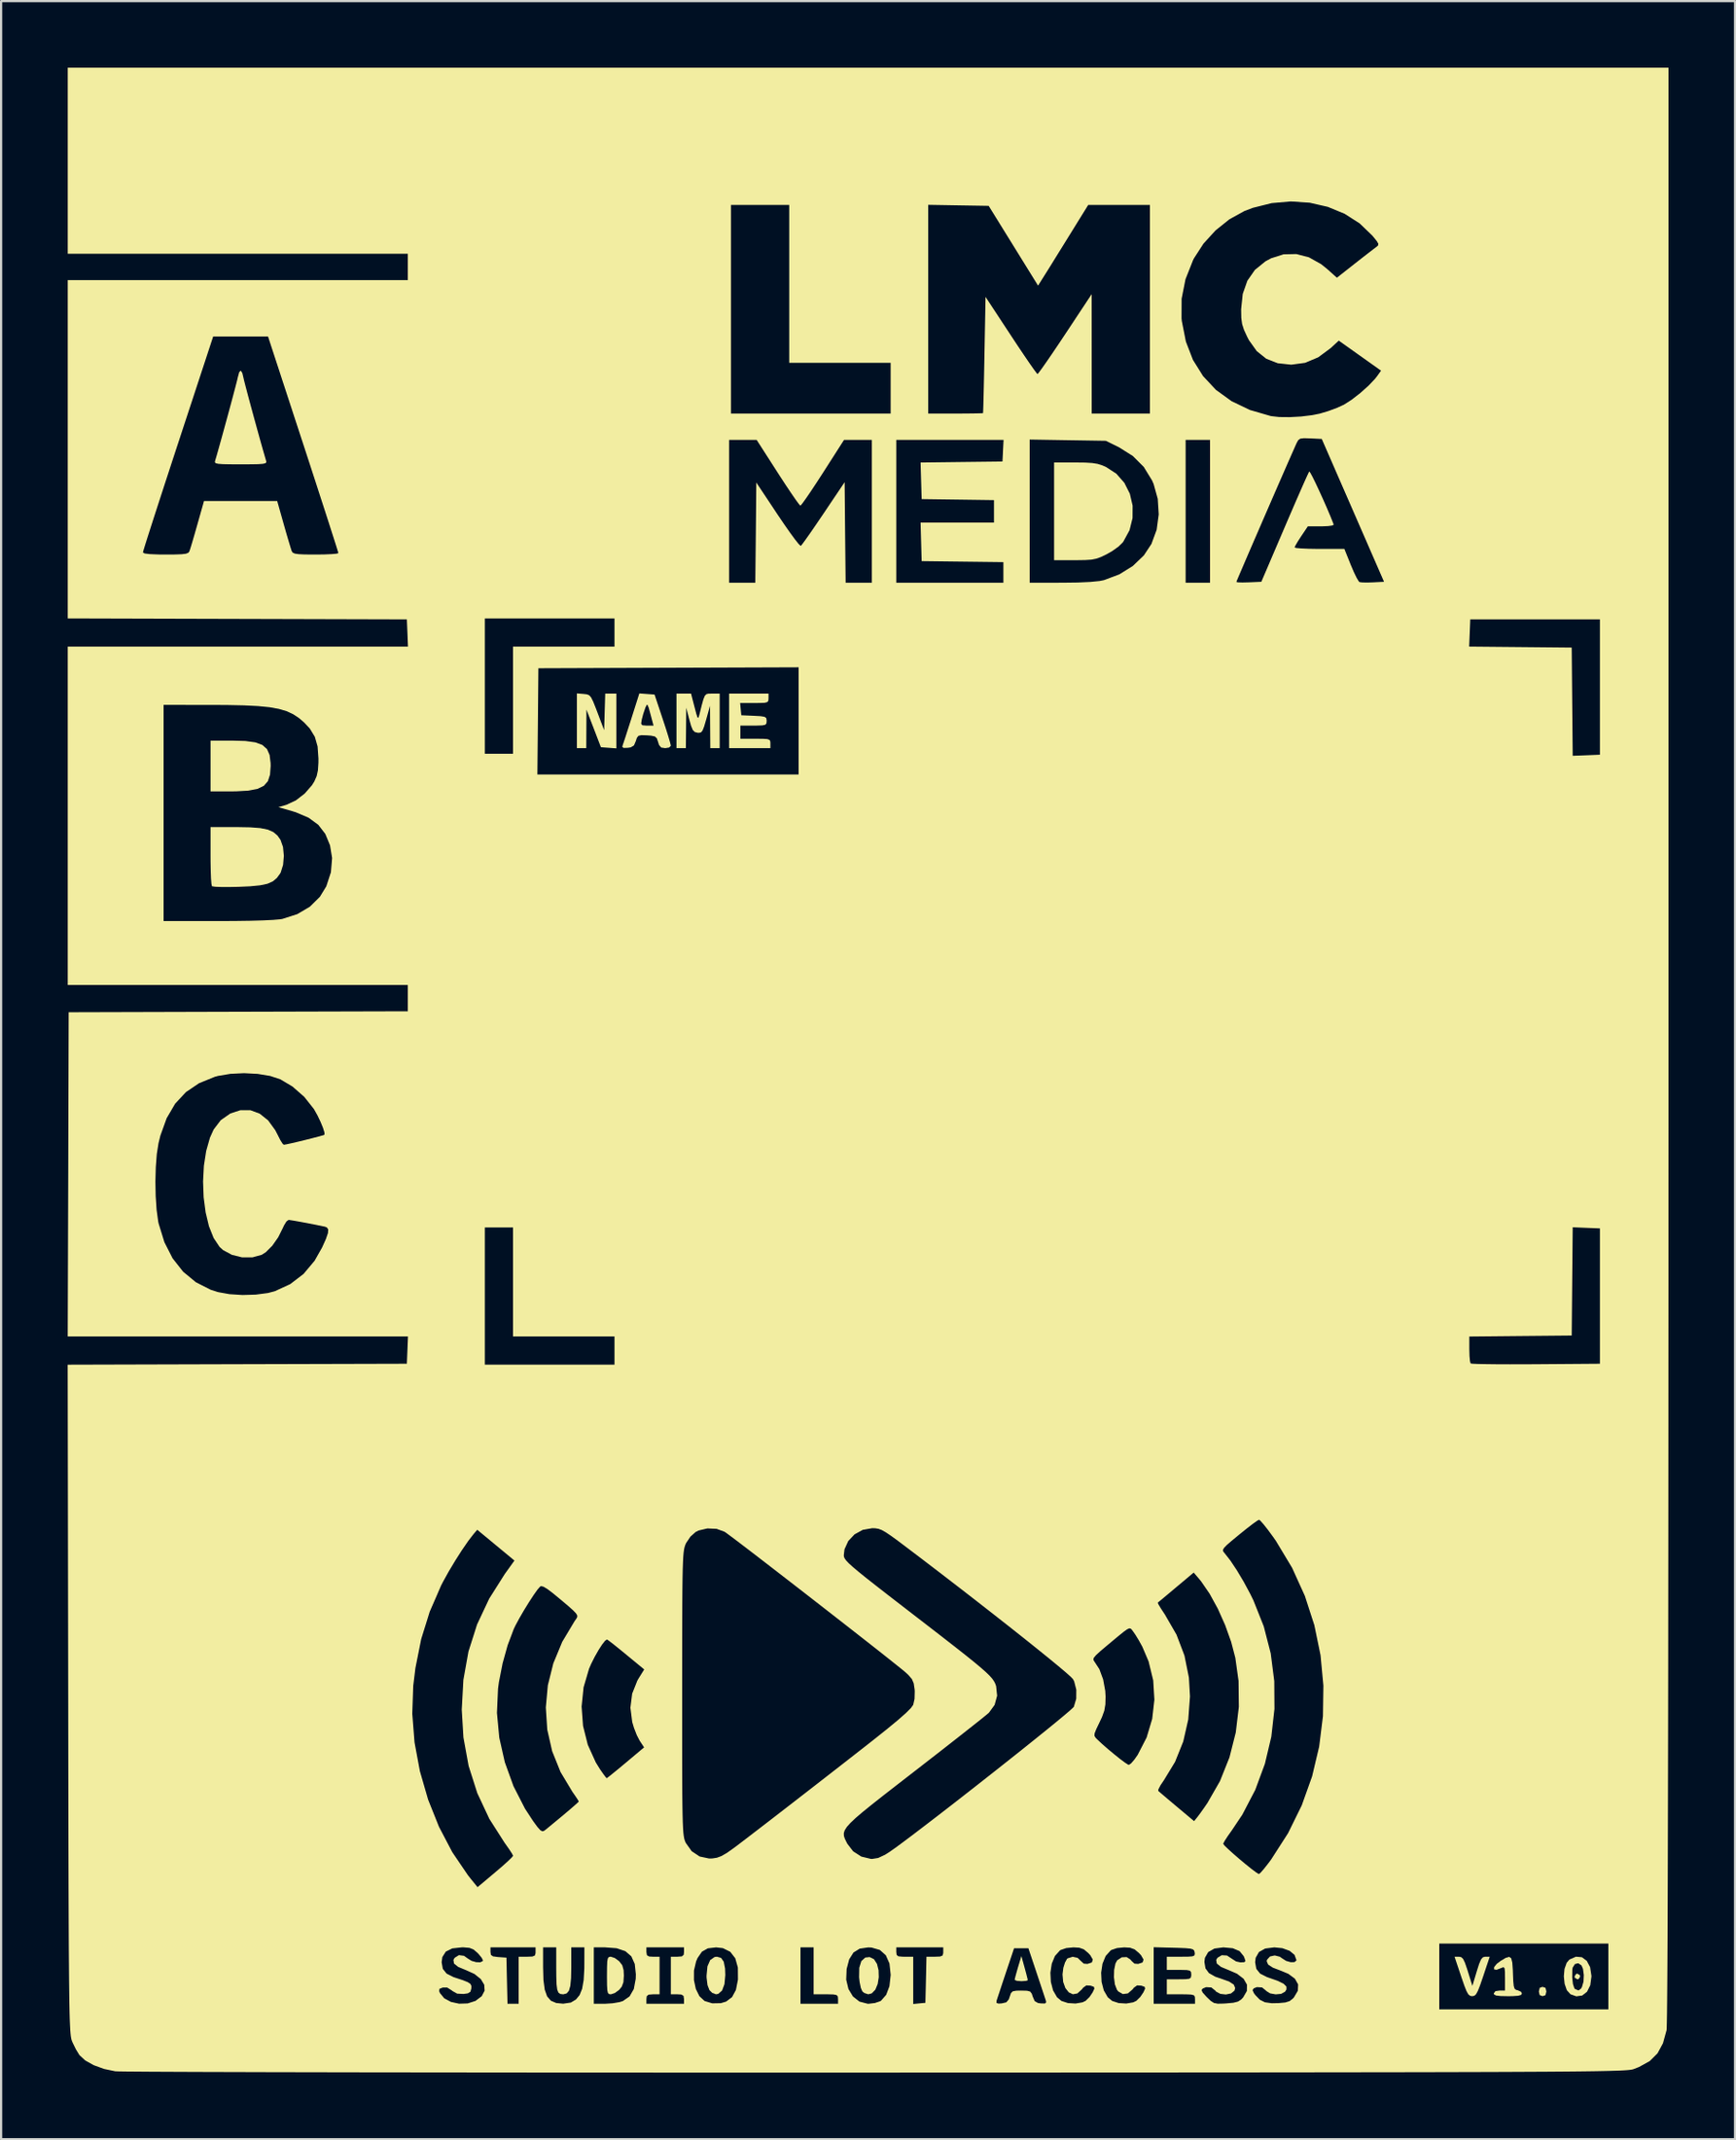
<source format=kicad_pcb>
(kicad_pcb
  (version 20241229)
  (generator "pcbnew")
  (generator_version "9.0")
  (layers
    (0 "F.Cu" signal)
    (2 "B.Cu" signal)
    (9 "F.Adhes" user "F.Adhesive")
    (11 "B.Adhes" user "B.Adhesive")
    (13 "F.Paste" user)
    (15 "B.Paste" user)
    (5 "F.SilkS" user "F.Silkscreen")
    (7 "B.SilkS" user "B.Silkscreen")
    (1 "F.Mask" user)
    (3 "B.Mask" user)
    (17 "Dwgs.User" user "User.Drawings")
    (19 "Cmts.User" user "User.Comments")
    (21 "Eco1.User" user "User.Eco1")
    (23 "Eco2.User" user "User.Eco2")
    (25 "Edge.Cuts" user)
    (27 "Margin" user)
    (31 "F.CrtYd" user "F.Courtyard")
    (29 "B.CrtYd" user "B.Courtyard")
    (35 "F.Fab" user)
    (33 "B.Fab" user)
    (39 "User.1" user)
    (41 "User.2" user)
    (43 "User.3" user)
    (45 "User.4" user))
  (footprint "badge_silk"
    (layer "F.Cu")
    (at 36.071 35.56)
    (property "Reference" "badge_silk" (at 0 0 0) (layer "F.SilkS") (effects (font (size 1.5 1.5) (thickness 0.3))))
    (attr board_only exclude_from_pos_files exclude_from_bom)
    (fp_poly (pts (xy 30.528 50.934) (xy 30.565 51.096) (xy 30.525 51.262) (xy 30.395 51.308) (xy 30.263 51.258) (xy 30.226 51.096) (xy 30.266 50.93) (xy 30.395 50.885)) (stroke (width 0) (type solid)) (fill yes) (layer "F.SilkS"))
    (fp_poly (pts (xy 32.074 50.36) (xy 32.089 50.419) (xy 32.021 50.531) (xy 31.962 50.546) (xy 31.849 50.478) (xy 31.835 50.419) (xy 31.902 50.307) (xy 31.962 50.292)) (stroke (width 0) (type solid)) (fill yes) (layer "F.SilkS"))
    (fp_poly (pts (xy 7.052 50.022) (xy 7.127 50.298) (xy 7.179 50.503) (xy 7.197 50.587) (xy 7.122 50.616) (xy 6.939 50.63) (xy 6.9 50.631) (xy 6.705 50.615) (xy 6.608 50.575) (xy 6.605 50.567) (xy 6.628 50.458) (xy 6.688 50.238) (xy 6.756 50.002) (xy 6.907 49.5)) (stroke (width 0) (type solid)) (fill yes) (layer "F.SilkS"))
    (fp_poly (pts (xy -6.626 49.583) (xy -6.506 49.754) (xy -6.446 50.059) (xy -6.435 50.352) (xy -6.473 50.763) (xy -6.581 51.052) (xy -6.753 51.204) (xy -6.858 51.223) (xy -7.024 51.159) (xy -7.15 51.035) (xy -7.238 50.807) (xy -7.28 50.469) (xy -7.281 50.377) (xy -7.24 49.961) (xy -7.117 49.681) (xy -6.918 49.543) (xy -6.814 49.53)) (stroke (width 0) (type solid)) (fill yes) (layer "F.SilkS"))
    (fp_poly (pts (xy 0.266 49.643) (xy 0.4 49.853) (xy 0.471 50.135) (xy 0.481 50.45) (xy 0.432 50.756) (xy 0.326 51.013) (xy 0.163 51.181) (xy 0.004 51.223) (xy -0.175 51.162) (xy -0.26 51.089) (xy -0.327 50.935) (xy -0.382 50.675) (xy -0.407 50.455) (xy -0.399 50.025) (xy -0.305 49.727) (xy -0.129 49.568) (xy 0.069 49.546)) (stroke (width 0) (type solid)) (fill yes) (layer "F.SilkS"))
    (fp_poly (pts (xy -28.062 -5.232) (xy -27.615 -5.171) (xy -27.298 -5.054) (xy -27.09 -4.869) (xy -26.972 -4.604) (xy -26.927 -4.244) (xy -26.924 -4.106) (xy -26.952 -3.718) (xy -27.048 -3.424) (xy -27.231 -3.214) (xy -27.518 -3.075) (xy -27.929 -2.996) (xy -28.482 -2.965) (xy -28.699 -2.963) (xy -29.633 -2.963) (xy -29.633 -4.106) (xy -29.633 -5.249) (xy -28.655 -5.249)) (stroke (width 0) (type solid)) (fill yes) (layer "F.SilkS"))
    (fp_poly (pts (xy -12.813 -7.35) (xy -12.671 -7.333) (xy -12.568 -7.291) (xy -12.482 -7.193) (xy -12.391 -7.011) (xy -12.273 -6.715) (xy -12.199 -6.522) (xy -11.896 -5.72) (xy -11.871 -6.543) (xy -11.847 -7.366) (xy -11.596 -7.366) (xy -11.345 -7.366) (xy -11.345 -6.133) (xy -11.345 -4.901) (xy -11.693 -4.927) (xy -12.041 -4.953) (xy -12.366 -5.8) (xy -12.692 -6.646) (xy -12.696 -5.779) (xy -12.7 -4.911) (xy -12.912 -4.911) (xy -13.123 -4.911) (xy -13.123 -6.143) (xy -13.123 -7.376)) (stroke (width 0) (type solid)) (fill yes) (layer "F.SilkS"))
    (fp_poly (pts (xy -11.419 49.587) (xy -11.226 49.727) (xy -11.214 49.738) (xy -11.08 49.913) (xy -11.019 50.129) (xy -11.007 50.377) (xy -11.026 50.675) (xy -11.101 50.877) (xy -11.214 51.016) (xy -11.405 51.159) (xy -11.586 51.223) (xy -11.595 51.223) (xy -11.674 51.213) (xy -11.725 51.16) (xy -11.753 51.034) (xy -11.766 50.805) (xy -11.769 50.441) (xy -11.769 50.377) (xy -11.766 49.992) (xy -11.756 49.745) (xy -11.73 49.606) (xy -11.683 49.545) (xy -11.609 49.53) (xy -11.595 49.53)) (stroke (width 0) (type solid)) (fill yes) (layer "F.SilkS"))
    (fp_poly (pts (xy 9.335 -17.779) (xy 9.778 -17.774) (xy 10.098 -17.755) (xy 10.341 -17.716) (xy 10.553 -17.649) (xy 10.716 -17.578) (xy 11.186 -17.273) (xy 11.548 -16.86) (xy 11.795 -16.371) (xy 11.92 -15.833) (xy 11.917 -15.275) (xy 11.781 -14.727) (xy 11.504 -14.217) (xy 11.472 -14.174) (xy 11.285 -13.991) (xy 11.006 -13.791) (xy 10.74 -13.639) (xy 10.494 -13.521) (xy 10.285 -13.446) (xy 10.064 -13.402) (xy 9.782 -13.383) (xy 9.389 -13.377) (xy 9.3 -13.377) (xy 8.382 -13.377) (xy 8.382 -15.579) (xy 8.382 -17.78)) (stroke (width 0) (type solid)) (fill yes) (layer "F.SilkS"))
    (fp_poly (pts (xy 26.729 49.55) (xy 26.814 49.63) (xy 26.897 49.804) (xy 27 50.103) (xy 27.026 50.186) (xy 27.231 50.842) (xy 27.429 50.186) (xy 27.534 49.856) (xy 27.618 49.658) (xy 27.699 49.56) (xy 27.797 49.531) (xy 27.819 49.53) (xy 28.012 49.53) (xy 27.715 50.419) (xy 27.58 50.811) (xy 27.478 51.069) (xy 27.396 51.219) (xy 27.316 51.29) (xy 27.225 51.308) (xy 27.22 51.308) (xy 27.128 51.292) (xy 27.048 51.224) (xy 26.966 51.078) (xy 26.866 50.826) (xy 26.733 50.44) (xy 26.726 50.419) (xy 26.428 49.53) (xy 26.625 49.53)) (stroke (width 0) (type solid)) (fill yes) (layer "F.SilkS"))
    (fp_poly (pts (xy -27.847 -1.344) (xy -27.391 -1.309) (xy -27.052 -1.24) (xy -26.802 -1.13) (xy -26.616 -0.972) (xy -26.48 -0.778) (xy -26.367 -0.459) (xy -26.329 -0.06) (xy -26.363 0.346) (xy -26.469 0.685) (xy -26.497 0.737) (xy -26.647 0.941) (xy -26.829 1.092) (xy -27.07 1.199) (xy -27.4 1.269) (xy -27.846 1.313) (xy -28.363 1.336) (xy -28.788 1.345) (xy -29.151 1.344) (xy -29.419 1.333) (xy -29.559 1.313) (xy -29.57 1.307) (xy -29.592 1.204) (xy -29.611 0.962) (xy -29.624 0.613) (xy -29.632 0.187) (xy -29.633 -0.056) (xy -29.633 -1.355) (xy -28.445 -1.355)) (stroke (width 0) (type solid)) (fill yes) (layer "F.SilkS"))
    (fp_poly (pts (xy 28.981 49.601) (xy 29.03 49.794) (xy 29.054 50.133) (xy 29.059 50.271) (xy 29.073 50.627) (xy 29.095 50.848) (xy 29.133 50.968) (xy 29.198 51.022) (xy 29.273 51.039) (xy 29.422 51.106) (xy 29.464 51.187) (xy 29.426 51.251) (xy 29.291 51.289) (xy 29.033 51.306) (xy 28.829 51.308) (xy 28.494 51.301) (xy 28.297 51.277) (xy 28.209 51.23) (xy 28.194 51.181) (xy 28.27 51.08) (xy 28.448 51.054) (xy 28.702 51.054) (xy 28.702 50.501) (xy 28.699 50.206) (xy 28.681 50.05) (xy 28.637 50) (xy 28.558 50.025) (xy 28.538 50.035) (xy 28.319 50.119) (xy 28.209 50.098) (xy 28.21 49.999) (xy 28.327 49.852) (xy 28.5 49.721) (xy 28.734 49.582) (xy 28.888 49.537)) (stroke (width 0) (type solid)) (fill yes) (layer "F.SilkS"))
    (fp_poly (pts (xy 32.166 49.553) (xy 32.386 49.715) (xy 32.536 49.997) (xy 32.596 50.385) (xy 32.597 50.419) (xy 32.544 50.813) (xy 32.399 51.105) (xy 32.181 51.278) (xy 31.913 51.314) (xy 31.651 51.22) (xy 31.488 51.037) (xy 31.388 50.75) (xy 31.358 50.467) (xy 31.73 50.467) (xy 31.763 50.761) (xy 31.827 50.951) (xy 31.862 50.988) (xy 32.015 51.047) (xy 32.126 50.966) (xy 32.17 50.89) (xy 32.239 50.652) (xy 32.253 50.354) (xy 32.215 50.075) (xy 32.15 49.923) (xy 32.002 49.821) (xy 31.853 49.859) (xy 31.752 50.015) (xy 31.735 50.111) (xy 31.73 50.467) (xy 31.358 50.467) (xy 31.352 50.412) (xy 31.383 50.078) (xy 31.482 49.8) (xy 31.604 49.658) (xy 31.899 49.529)) (stroke (width 0) (type solid)) (fill yes) (layer "F.SilkS"))
    (fp_poly (pts (xy -4.487 -7.154) (xy -4.495 -7.047) (xy -4.542 -6.984) (xy -4.664 -6.953) (xy -4.897 -6.944) (xy -5.128 -6.943) (xy -5.768 -6.943) (xy -5.742 -6.668) (xy -5.715 -6.392) (xy -5.144 -6.367) (xy -4.84 -6.35) (xy -4.669 -6.322) (xy -4.592 -6.267) (xy -4.572 -6.17) (xy -4.572 -6.134) (xy -4.581 -6.026) (xy -4.633 -5.964) (xy -4.765 -5.935) (xy -5.014 -5.927) (xy -5.165 -5.927) (xy -5.757 -5.927) (xy -5.757 -5.63) (xy -5.757 -5.334) (xy -5.08 -5.334) (xy -4.744 -5.332) (xy -4.543 -5.318) (xy -4.442 -5.281) (xy -4.407 -5.212) (xy -4.403 -5.122) (xy -4.403 -4.911) (xy -5.334 -4.911) (xy -6.265 -4.911) (xy -6.265 -6.138) (xy -6.265 -7.366) (xy -5.376 -7.366) (xy -4.487 -7.366)) (stroke (width 0) (type solid)) (fill yes) (layer "F.SilkS"))
    (fp_poly (pts (xy -28.201 -21.805) (xy -28.154 -21.611) (xy -28.118 -21.457) (xy -28.044 -21.17) (xy -27.941 -20.78) (xy -27.817 -20.318) (xy -27.68 -19.814) (xy -27.538 -19.298) (xy -27.4 -18.801) (xy -27.274 -18.353) (xy -27.167 -17.983) (xy -27.126 -17.843) (xy -27.121 -17.785) (xy -27.163 -17.744) (xy -27.277 -17.718) (xy -27.486 -17.703) (xy -27.817 -17.697) (xy -28.279 -17.695) (xy -28.751 -17.697) (xy -29.078 -17.704) (xy -29.284 -17.719) (xy -29.396 -17.745) (xy -29.436 -17.786) (xy -29.43 -17.843) (xy -29.36 -18.08) (xy -29.261 -18.429) (xy -29.14 -18.861) (xy -29.007 -19.345) (xy -28.869 -19.85) (xy -28.734 -20.346) (xy -28.612 -20.802) (xy -28.51 -21.188) (xy -28.437 -21.472) (xy -28.401 -21.625) (xy -28.401 -21.626) (xy -28.338 -21.854) (xy -28.269 -21.914)) (stroke (width 0) (type solid)) (fill yes) (layer "F.SilkS"))
    (fp_poly (pts (xy -7.024 -7.366) (xy -6.689 -7.366) (xy -6.689 -6.138) (xy -6.689 -4.911) (xy -6.9 -4.911) (xy -7.112 -4.911) (xy -7.119 -5.863) (xy -7.125 -6.816) (xy -7.298 -6.197) (xy -7.39 -5.883) (xy -7.462 -5.701) (xy -7.536 -5.617) (xy -7.634 -5.6) (xy -7.69 -5.605) (xy -7.813 -5.638) (xy -7.901 -5.728) (xy -7.977 -5.913) (xy -8.052 -6.181) (xy -8.196 -6.731) (xy -8.204 -5.821) (xy -8.213 -4.911) (xy -8.424 -4.911) (xy -8.636 -4.911) (xy -8.636 -6.138) (xy -8.636 -7.366) (xy -8.308 -7.366) (xy -7.979 -7.366) (xy -7.823 -6.764) (xy -7.743 -6.46) (xy -7.691 -6.301) (xy -7.655 -6.271) (xy -7.621 -6.35) (xy -7.596 -6.446) (xy -7.497 -6.845) (xy -7.424 -7.108) (xy -7.361 -7.264) (xy -7.291 -7.34) (xy -7.195 -7.365) (xy -7.056 -7.366)) (stroke (width 0) (type solid)) (fill yes) (layer "F.SilkS"))
    (fp_poly (pts (xy -9.966 -7.349) (xy -9.624 -7.324) (xy -9.257 -6.225) (xy -9.122 -5.815) (xy -9.01 -5.458) (xy -8.93 -5.187) (xy -8.892 -5.035) (xy -8.89 -5.019) (xy -8.965 -4.939) (xy -9.142 -4.911) (xy -9.325 -4.938) (xy -9.422 -5.053) (xy -9.464 -5.186) (xy -9.519 -5.35) (xy -9.608 -5.435) (xy -9.781 -5.473) (xy -9.961 -5.486) (xy -10.215 -5.495) (xy -10.351 -5.465) (xy -10.422 -5.371) (xy -10.467 -5.232) (xy -10.552 -5.033) (xy -10.695 -4.947) (xy -10.83 -4.926) (xy -11.019 -4.921) (xy -11.077 -4.97) (xy -11.063 -5.033) (xy -11.019 -5.16) (xy -10.935 -5.414) (xy -10.823 -5.762) (xy -10.741 -6.017) (xy -10.228 -6.017) (xy -10.178 -5.942) (xy -10.006 -5.927) (xy -9.964 -5.927) (xy -9.67 -5.927) (xy -9.808 -6.443) (xy -9.884 -6.72) (xy -9.935 -6.852) (xy -9.975 -6.861) (xy -10.024 -6.766) (xy -10.043 -6.718) (xy -10.134 -6.451) (xy -10.199 -6.202) (xy -10.228 -6.017) (xy -10.741 -6.017) (xy -10.692 -6.169) (xy -10.66 -6.271) (xy -10.309 -7.375)) (stroke (width 0) (type solid)) (fill yes) (layer "F.SilkS"))
    (fp_poly (pts (xy 36.068 8.413) (xy 36.068 12.197) (xy 36.067 15.812) (xy 36.067 19.258) (xy 36.065 22.534) (xy 36.064 25.642) (xy 36.062 28.582) (xy 36.06 31.352) (xy 36.057 33.954) (xy 36.055 36.388) (xy 36.052 38.653) (xy 36.048 40.751) (xy 36.044 42.68) (xy 36.04 44.441) (xy 36.036 46.034) (xy 36.031 47.46) (xy 36.026 48.718) (xy 36.02 49.809) (xy 36.014 50.732) (xy 36.008 51.489) (xy 36.002 52.078) (xy 35.995 52.5) (xy 35.988 52.755) (xy 35.982 52.839) (xy 35.821 53.425) (xy 35.575 53.88) (xy 35.223 54.229) (xy 34.741 54.497) (xy 34.489 54.595) (xy 34.446 54.607) (xy 34.387 54.618) (xy 34.306 54.629) (xy 34.199 54.639) (xy 34.06 54.648) (xy 33.885 54.657) (xy 33.669 54.665) (xy 33.406 54.673) (xy 33.093 54.68) (xy 32.723 54.687) (xy 32.293 54.693) (xy 31.796 54.699) (xy 31.229 54.704) (xy 30.586 54.709) (xy 29.862 54.713) (xy 29.053 54.717) (xy 28.153 54.721) (xy 27.159 54.724) (xy 26.063 54.727) (xy 24.863 54.73) (xy 23.552 54.732) (xy 22.127 54.734) (xy 20.581 54.736) (xy 18.911 54.738) (xy 17.111 54.74) (xy 15.176 54.741) (xy 13.101 54.743) (xy 10.882 54.744) (xy 8.513 54.745) (xy 5.991 54.746) (xy 3.308 54.747) (xy 0.462 54.748) (xy 0.339 54.748) (xy -2.047 54.748) (xy -4.392 54.749) (xy -6.691 54.749) (xy -8.936 54.748) (xy -11.124 54.747) (xy -13.248 54.746) (xy -15.301 54.745) (xy -17.279 54.743) (xy -19.176 54.741) (xy -20.985 54.739) (xy -22.701 54.737) (xy -24.318 54.734) (xy -25.831 54.731) (xy -27.233 54.728) (xy -28.519 54.724) (xy -29.683 54.721) (xy -30.719 54.717) (xy -31.621 54.713) (xy -32.384 54.709) (xy -33.002 54.704) (xy -33.469 54.7) (xy -33.778 54.695) (xy -33.925 54.69) (xy -33.933 54.689) (xy -34.434 54.584) (xy -34.898 54.415) (xy -35.281 54.2) (xy -35.54 53.961) (xy -35.548 53.949) (xy -35.7 53.7) (xy -35.847 53.401) (xy -35.879 53.324) (xy -35.898 53.271) (xy -35.914 53.201) (xy -35.93 53.107) (xy -35.943 52.981) (xy -35.956 52.817) (xy -35.967 52.606) (xy -35.978 52.341) (xy -35.987 52.015) (xy -35.995 51.62) (xy -36.002 51.148) (xy -36.003 51.081) (xy -19.33 51.081) (xy -19.295 51.166) (xy -19.102 51.401) (xy -18.799 51.564) (xy -18.431 51.644) (xy -18.046 51.632) (xy -17.694 51.519) (xy -17.412 51.307) (xy -17.282 51.058) (xy -17.299 50.793) (xy -17.454 50.535) (xy -17.742 50.305) (xy -18.113 50.137) (xy -18.47 49.989) (xy -18.661 49.836) (xy -18.688 49.676) (xy -18.633 49.579) (xy -18.439 49.458) (xy -18.211 49.489) (xy -18.034 49.615) (xy -17.872 49.716) (xy -17.668 49.774) (xy -17.481 49.781) (xy -17.368 49.73) (xy -17.357 49.693) (xy -17.412 49.58) (xy -17.55 49.41) (xy -17.604 49.354) (xy -17.652 49.313) (xy -17.018 49.313) (xy -16.998 49.446) (xy -16.905 49.513) (xy -16.696 49.543) (xy -16.658 49.546) (xy -16.298 49.572) (xy -16.275 50.609) (xy -16.251 51.647) (xy -15.999 51.647) (xy -15.748 51.647) (xy -15.748 50.588) (xy -15.748 49.998) (xy -14.647 49.998) (xy -14.631 50.579) (xy -14.573 51.012) (xy -14.465 51.316) (xy -14.295 51.51) (xy -14.054 51.613) (xy -13.742 51.644) (xy -13.396 51.593) (xy -13.166 51.456) (xy -13.002 51.257) (xy -12.888 50.975) (xy -12.819 50.583) (xy -12.807 50.377) (xy -12.361 50.377) (xy -12.361 51.647) (xy -11.851 51.647) (xy -11.517 51.626) (xy -11.205 51.573) (xy -11.052 51.526) (xy -10.751 51.318) (xy -10.559 50.986) (xy -10.472 50.525) (xy -10.466 50.321) (xy -10.516 49.856) (xy -10.67 49.512) (xy -10.893 49.318) (xy -9.991 49.318) (xy -9.969 49.461) (xy -9.869 49.52) (xy -9.694 49.53) (xy -9.398 49.53) (xy -9.398 50.377) (xy -9.398 51.223) (xy -9.694 51.223) (xy -9.895 51.239) (xy -9.977 51.31) (xy -9.991 51.435) (xy -9.991 51.647) (xy -9.144 51.647) (xy -8.297 51.647) (xy -8.297 51.435) (xy -8.319 51.292) (xy -8.419 51.233) (xy -8.594 51.223) (xy -8.89 51.223) (xy -8.89 50.58) (xy -7.849 50.58) (xy -7.764 50.98) (xy -7.601 51.309) (xy -7.371 51.522) (xy -7.024 51.628) (xy -6.639 51.621) (xy -6.398 51.549) (xy -6.132 51.349) (xy -5.957 51.026) (xy -5.866 50.565) (xy -5.865 50.548) (xy -5.866 50.377) (xy -3.048 50.377) (xy -3.048 51.647) (xy -2.201 51.647) (xy -1.355 51.647) (xy -1.355 51.435) (xy -1.364 51.321) (xy -1.419 51.258) (xy -1.556 51.23) (xy -1.815 51.223) (xy -1.905 51.223) (xy -2.455 51.223) (xy -2.455 50.563) (xy -0.987 50.563) (xy -0.886 50.984) (xy -0.683 51.32) (xy -0.392 51.549) (xy -0.029 51.645) (xy 0.025 51.647) (xy 0.303 51.614) (xy 0.541 51.534) (xy 0.583 51.509) (xy 0.814 51.247) (xy 0.961 50.857) (xy 1.016 50.361) (xy 1.016 50.333) (xy 0.962 49.834) (xy 0.799 49.464) (xy 0.636 49.318) (xy 1.27 49.318) (xy 1.286 49.449) (xy 1.363 49.511) (xy 1.548 49.529) (xy 1.651 49.53) (xy 2.032 49.53) (xy 2.032 50.594) (xy 2.032 51.657) (xy 2.307 51.631) (xy 2.553 51.607) (xy 5.783 51.607) (xy 5.874 51.64) (xy 6.022 51.631) (xy 6.229 51.582) (xy 6.339 51.451) (xy 6.381 51.329) (xy 6.437 51.168) (xy 6.521 51.087) (xy 6.682 51.058) (xy 6.9 51.054) (xy 7.16 51.061) (xy 7.302 51.098) (xy 7.376 51.194) (xy 7.42 51.329) (xy 7.506 51.527) (xy 7.653 51.612) (xy 7.778 51.631) (xy 7.965 51.636) (xy 8.024 51.586) (xy 8.01 51.504) (xy 7.965 51.37) (xy 7.879 51.109) (xy 7.762 50.758) (xy 7.626 50.35) (xy 7.592 50.25) (xy 7.592 50.248) (xy 8.215 50.248) (xy 8.235 50.663) (xy 8.335 51.046) (xy 8.514 51.355) (xy 8.711 51.519) (xy 9.006 51.616) (xy 9.348 51.637) (xy 9.661 51.583) (xy 9.803 51.515) (xy 9.98 51.341) (xy 10.119 51.135) (xy 10.197 50.965) (xy 10.175 50.884) (xy 10.034 50.835) (xy 10.021 50.832) (xy 9.836 50.82) (xy 9.692 50.923) (xy 9.632 50.999) (xy 9.431 51.184) (xy 9.229 51.222) (xy 9.042 51.134) (xy 8.89 50.941) (xy 8.79 50.665) (xy 8.76 50.326) (xy 8.77 50.248) (xy 10.501 50.248) (xy 10.521 50.663) (xy 10.621 51.046) (xy 10.8 51.355) (xy 10.997 51.519) (xy 11.292 51.616) (xy 11.634 51.637) (xy 11.947 51.583) (xy 12.089 51.515) (xy 12.266 51.341) (xy 12.405 51.135) (xy 12.483 50.965) (xy 12.461 50.884) (xy 12.32 50.835) (xy 12.307 50.832) (xy 12.122 50.82) (xy 11.978 50.923) (xy 11.918 50.999) (xy 11.708 51.182) (xy 11.48 51.213) (xy 11.273 51.092) (xy 11.214 51.017) (xy 11.121 50.775) (xy 11.079 50.455) (xy 11.081 50.374) (xy 12.869 50.374) (xy 12.869 51.647) (xy 13.801 51.647) (xy 14.732 51.647) (xy 14.732 51.435) (xy 14.724 51.327) (xy 14.677 51.264) (xy 14.554 51.234) (xy 14.32 51.224) (xy 14.097 51.223) (xy 13.462 51.223) (xy 13.462 51.033) (xy 15.027 51.033) (xy 15.076 51.142) (xy 15.239 51.324) (xy 15.268 51.353) (xy 15.443 51.52) (xy 15.586 51.611) (xy 15.755 51.644) (xy 16.011 51.639) (xy 16.142 51.631) (xy 16.462 51.601) (xy 16.667 51.549) (xy 16.813 51.456) (xy 16.902 51.362) (xy 17.069 51.071) (xy 17.069 51.036) (xy 17.325 51.036) (xy 17.387 51.172) (xy 17.451 51.258) (xy 17.652 51.465) (xy 17.883 51.581) (xy 18.193 51.624) (xy 18.491 51.618) (xy 18.797 51.59) (xy 18.993 51.529) (xy 19.141 51.414) (xy 19.19 51.36) (xy 19.366 51.062) (xy 19.379 50.777) (xy 19.233 50.519) (xy 19.099 50.419) (xy 25.739 50.419) (xy 25.739 51.901) (xy 29.549 51.901) (xy 33.359 51.901) (xy 33.359 50.419) (xy 33.359 48.937) (xy 29.549 48.937) (xy 25.739 48.937) (xy 25.739 50.419) (xy 19.099 50.419) (xy 18.936 50.299) (xy 18.61 50.163) (xy 18.241 50.022) (xy 18.029 49.883) (xy 17.962 49.737) (xy 17.976 49.666) (xy 18.111 49.519) (xy 18.324 49.472) (xy 18.553 49.53) (xy 18.658 49.604) (xy 18.837 49.718) (xy 19.04 49.776) (xy 19.212 49.773) (xy 19.299 49.701) (xy 19.301 49.678) (xy 19.217 49.446) (xy 18.995 49.263) (xy 18.667 49.144) (xy 18.305 49.107) (xy 17.894 49.16) (xy 17.613 49.317) (xy 17.465 49.577) (xy 17.441 49.777) (xy 17.493 50.074) (xy 17.665 50.289) (xy 17.977 50.447) (xy 18.039 50.468) (xy 18.458 50.615) (xy 18.724 50.746) (xy 18.85 50.872) (xy 18.852 51.005) (xy 18.787 51.107) (xy 18.614 51.203) (xy 18.366 51.226) (xy 18.117 51.181) (xy 17.943 51.073) (xy 17.93 51.054) (xy 17.754 50.913) (xy 17.52 50.897) (xy 17.375 50.956) (xy 17.325 51.036) (xy 17.069 51.036) (xy 17.073 50.787) (xy 16.922 50.523) (xy 16.623 50.294) (xy 16.261 50.137) (xy 15.905 49.989) (xy 15.714 49.836) (xy 15.686 49.676) (xy 15.742 49.579) (xy 15.937 49.461) (xy 16.172 49.475) (xy 16.383 49.615) (xy 16.584 49.744) (xy 16.777 49.784) (xy 16.955 49.776) (xy 17.006 49.72) (xy 16.955 49.57) (xy 16.924 49.501) (xy 16.741 49.277) (xy 16.434 49.147) (xy 16.009 49.107) (xy 15.606 49.161) (xy 15.326 49.32) (xy 15.178 49.577) (xy 15.155 49.762) (xy 15.202 50.052) (xy 15.359 50.266) (xy 15.647 50.43) (xy 15.89 50.512) (xy 16.264 50.645) (xy 16.478 50.785) (xy 16.543 50.941) (xy 16.507 51.06) (xy 16.356 51.184) (xy 16.122 51.232) (xy 15.875 51.204) (xy 15.682 51.101) (xy 15.644 51.054) (xy 15.467 50.913) (xy 15.231 50.899) (xy 15.077 50.964) (xy 15.027 51.033) (xy 13.462 51.033) (xy 13.462 50.885) (xy 13.462 50.546) (xy 14.012 50.546) (xy 14.308 50.542) (xy 14.473 50.521) (xy 14.545 50.468) (xy 14.562 50.369) (xy 14.563 50.334) (xy 14.553 50.221) (xy 14.499 50.157) (xy 14.361 50.129) (xy 14.102 50.123) (xy 14.012 50.123) (xy 13.462 50.123) (xy 13.462 49.826) (xy 13.462 49.53) (xy 14.103 49.53) (xy 14.427 49.527) (xy 14.616 49.512) (xy 14.704 49.473) (xy 14.723 49.401) (xy 14.717 49.34) (xy 14.696 49.255) (xy 14.641 49.199) (xy 14.523 49.164) (xy 14.309 49.144) (xy 13.97 49.13) (xy 13.78 49.125) (xy 12.869 49.101) (xy 12.869 50.374) (xy 11.081 50.374) (xy 11.088 50.12) (xy 11.147 49.835) (xy 11.225 49.692) (xy 11.432 49.556) (xy 11.652 49.547) (xy 11.828 49.661) (xy 11.856 49.704) (xy 12.003 49.84) (xy 12.17 49.853) (xy 12.369 49.788) (xy 12.412 49.658) (xy 12.3 49.463) (xy 12.205 49.361) (xy 12.009 49.197) (xy 11.804 49.123) (xy 11.54 49.107) (xy 11.216 49.139) (xy 10.964 49.225) (xy 10.932 49.245) (xy 10.705 49.496) (xy 10.562 49.845) (xy 10.501 50.248) (xy 8.77 50.248) (xy 8.798 50.028) (xy 8.872 49.792) (xy 8.962 49.629) (xy 8.99 49.604) (xy 9.22 49.533) (xy 9.442 49.581) (xy 9.57 49.704) (xy 9.717 49.84) (xy 9.884 49.853) (xy 10.083 49.788) (xy 10.126 49.658) (xy 10.014 49.463) (xy 9.919 49.361) (xy 9.723 49.197) (xy 9.518 49.123) (xy 9.254 49.107) (xy 8.93 49.139) (xy 8.678 49.225) (xy 8.646 49.245) (xy 8.419 49.496) (xy 8.276 49.845) (xy 8.215 50.248) (xy 7.592 50.248) (xy 7.224 49.149) (xy 6.9 49.149) (xy 6.577 49.149) (xy 6.208 50.25) (xy 6.069 50.666) (xy 5.947 51.034) (xy 5.852 51.319) (xy 5.797 51.486) (xy 5.791 51.504) (xy 5.783 51.607) (xy 2.553 51.607) (xy 2.582 51.604) (xy 2.606 50.567) (xy 2.63 49.53) (xy 3.008 49.53) (xy 3.242 49.521) (xy 3.353 49.477) (xy 3.385 49.373) (xy 3.387 49.318) (xy 3.387 49.107) (xy 2.328 49.107) (xy 1.27 49.107) (xy 1.27 49.318) (xy 0.636 49.318) (xy 0.529 49.224) (xy 0.153 49.115) (xy 0.002 49.109) (xy -0.379 49.165) (xy -0.66 49.34) (xy -0.853 49.647) (xy -0.968 50.084) (xy -0.987 50.563) (xy -2.455 50.563) (xy -2.455 50.165) (xy -2.455 49.107) (xy -2.752 49.107) (xy -3.048 49.107) (xy -3.048 50.377) (xy -5.866 50.377) (xy -5.869 50.015) (xy -5.986 49.599) (xy -6.212 49.307) (xy -6.543 49.143) (xy -6.851 49.107) (xy -7.223 49.151) (xy -7.489 49.302) (xy -7.684 49.584) (xy -7.752 49.742) (xy -7.848 50.152) (xy -7.849 50.58) (xy -8.89 50.58) (xy -8.89 50.377) (xy -8.89 49.53) (xy -8.594 49.53) (xy -8.393 49.514) (xy -8.311 49.443) (xy -8.297 49.318) (xy -8.297 49.107) (xy -9.144 49.107) (xy -9.991 49.107) (xy -9.991 49.318) (xy -10.893 49.318) (xy -10.939 49.279) (xy -11.334 49.147) (xy -11.851 49.107) (xy -12.361 49.107) (xy -12.361 50.377) (xy -12.807 50.377) (xy -12.789 50.059) (xy -12.787 49.847) (xy -12.785 49.107) (xy -13.081 49.107) (xy -13.377 49.107) (xy -13.377 50.001) (xy -13.387 50.494) (xy -13.42 50.84) (xy -13.483 51.062) (xy -13.584 51.182) (xy -13.728 51.223) (xy -13.752 51.223) (xy -13.872 51.208) (xy -13.956 51.145) (xy -14.01 51.01) (xy -14.04 50.776) (xy -14.052 50.419) (xy -14.055 50.031) (xy -14.055 49.107) (xy -14.351 49.107) (xy -14.647 49.107) (xy -14.647 49.998) (xy -15.748 49.998) (xy -15.748 49.53) (xy -15.367 49.53) (xy -15.132 49.521) (xy -15.021 49.478) (xy -14.987 49.375) (xy -14.986 49.318) (xy -14.986 49.107) (xy -16.002 49.107) (xy -17.018 49.107) (xy -17.018 49.313) (xy -17.652 49.313) (xy -17.78 49.204) (xy -17.963 49.13) (xy -18.224 49.107) (xy -18.312 49.107) (xy -18.74 49.154) (xy -19.031 49.299) (xy -19.187 49.544) (xy -19.219 49.777) (xy -19.167 50.074) (xy -18.996 50.289) (xy -18.684 50.447) (xy -18.621 50.468) (xy -18.264 50.585) (xy -18.041 50.675) (xy -17.922 50.754) (xy -17.879 50.844) (xy -17.881 50.96) (xy -17.923 51.108) (xy -18.037 51.18) (xy -18.234 51.208) (xy -18.518 51.193) (xy -18.732 51.074) (xy -18.759 51.049) (xy -18.97 50.916) (xy -19.17 50.918) (xy -19.318 50.977) (xy -19.33 51.081) (xy -36.003 51.081) (xy -36.009 50.593) (xy -36.014 49.946) (xy -36.02 49.201) (xy -36.024 48.35) (xy -36.028 47.385) (xy -36.032 46.299) (xy -36.035 45.084) (xy -36.038 43.733) (xy -36.041 42.239) (xy -36.044 40.594) (xy -36.047 38.79) (xy -36.047 38.585) (xy -20.542 38.585) (xy -20.44 39.875) (xy -20.199 41.172) (xy -19.83 42.448) (xy -19.34 43.673) (xy -18.739 44.819) (xy -18.034 45.858) (xy -17.892 46.037) (xy -17.6 46.396) (xy -16.799 45.722) (xy -16.492 45.46) (xy -16.24 45.234) (xy -16.068 45.067) (xy -15.999 44.984) (xy -15.999 44.982) (xy -16.046 44.886) (xy -16.171 44.694) (xy -16.347 44.444) (xy -16.377 44.403) (xy -17.069 43.319) (xy -17.612 42.159) (xy -18.003 40.933) (xy -18.237 39.652) (xy -18.304 38.546) (xy -16.727 38.546) (xy -16.622 39.66) (xy -16.371 40.769) (xy -15.982 41.845) (xy -15.462 42.86) (xy -15.098 43.417) (xy -14.901 43.685) (xy -14.769 43.832) (xy -14.675 43.881) (xy -14.593 43.853) (xy -14.577 43.841) (xy -14.455 43.743) (xy -14.237 43.564) (xy -13.958 43.333) (xy -13.737 43.15) (xy -13.453 42.91) (xy -13.224 42.712) (xy -13.078 42.58) (xy -13.039 42.536) (xy -13.084 42.455) (xy -13.201 42.279) (xy -13.325 42.101) (xy -13.86 41.21) (xy -14.238 40.271) (xy -14.459 39.298) (xy -14.524 38.304) (xy -14.52 38.26) (xy -12.911 38.26) (xy -12.847 39.13) (xy -12.634 39.978) (xy -12.273 40.776) (xy -12.082 41.084) (xy -11.931 41.301) (xy -11.82 41.448) (xy -11.78 41.487) (xy -11.707 41.435) (xy -11.531 41.295) (xy -11.276 41.087) (xy -10.968 40.831) (xy -10.922 40.793) (xy -10.095 40.099) (xy -10.294 39.798) (xy -10.423 39.549) (xy -10.552 39.218) (xy -10.63 38.958) (xy -10.642 38.864) (xy -8.38 38.864) (xy -8.38 39.899) (xy -8.379 40.788) (xy -8.377 41.544) (xy -8.374 42.178) (xy -8.368 42.702) (xy -8.361 43.129) (xy -8.352 43.468) (xy -8.34 43.734) (xy -8.326 43.938) (xy -8.308 44.09) (xy -8.287 44.205) (xy -8.262 44.292) (xy -8.233 44.365) (xy -8.213 44.406) (xy -7.95 44.776) (xy -7.592 45.014) (xy -7.165 45.105) (xy -7.019 45.102) (xy -6.811 45.069) (xy -6.607 44.993) (xy -6.366 44.854) (xy -6.051 44.631) (xy -5.918 44.532) (xy -5.506 44.218) (xy -4.983 43.817) (xy -4.372 43.347) (xy -3.696 42.825) (xy -2.978 42.269) (xy -2.239 41.696) (xy -1.503 41.124) (xy -0.793 40.571) (xy -0.13 40.053) (xy 0.222 39.777) (xy 0.85 39.277) (xy 1.342 38.871) (xy 1.701 38.555) (xy 1.93 38.326) (xy 2.032 38.184) (xy 2.093 37.916) (xy 2.102 37.573) (xy 2.096 37.487) (xy 2.055 37.215) (xy 1.972 37.021) (xy 1.809 36.833) (xy 1.683 36.717) (xy 1.536 36.594) (xy 1.273 36.383) (xy 0.911 36.094) (xy 0.463 35.74) (xy -0.056 35.333) (xy -0.631 34.883) (xy -1.246 34.403) (xy -1.888 33.903) (xy -2.541 33.395) (xy -3.191 32.891) (xy -3.822 32.403) (xy -4.419 31.942) (xy -4.969 31.518) (xy -5.055 31.452) (xy -1.096 31.452) (xy -1.086 31.52) (xy -1.051 31.597) (xy -0.98 31.692) (xy -0.861 31.816) (xy -0.682 31.978) (xy -0.432 32.188) (xy -0.1 32.457) (xy 0.327 32.793) (xy 0.86 33.208) (xy 1.51 33.71) (xy 1.878 33.994) (xy 2.685 34.616) (xy 3.368 35.144) (xy 3.938 35.588) (xy 4.407 35.957) (xy 4.783 36.26) (xy 5.079 36.507) (xy 5.305 36.707) (xy 5.472 36.868) (xy 5.59 37.001) (xy 5.67 37.114) (xy 5.724 37.217) (xy 5.762 37.32) (xy 5.769 37.345) (xy 5.814 37.772) (xy 5.702 38.184) (xy 5.446 38.537) (xy 5.442 38.541) (xy 5.328 38.637) (xy 5.095 38.826) (xy 4.756 39.095) (xy 4.327 39.433) (xy 3.822 39.83) (xy 3.255 40.273) (xy 2.64 40.751) (xy 2.074 41.19) (xy 1.32 41.774) (xy 0.688 42.265) (xy 0.171 42.673) (xy -0.243 43.008) (xy -0.562 43.28) (xy -0.797 43.502) (xy -0.958 43.682) (xy -1.054 43.833) (xy -1.095 43.963) (xy -1.091 44.085) (xy -1.051 44.208) (xy -0.986 44.343) (xy -0.935 44.442) (xy -0.673 44.782) (xy -0.305 45.018) (xy 0.121 45.121) (xy 0.182 45.124) (xy 0.453 45.08) (xy 0.767 44.933) (xy 0.962 44.81) (xy 1.218 44.63) (xy 1.573 44.369) (xy 2.014 44.038) (xy 2.526 43.648) (xy 3.096 43.211) (xy 3.708 42.738) (xy 4.349 42.239) (xy 5.005 41.726) (xy 5.661 41.21) (xy 6.304 40.702) (xy 6.92 40.213) (xy 7.493 39.754) (xy 8.011 39.337) (xy 8.459 38.972) (xy 8.822 38.671) (xy 9.088 38.445) (xy 9.241 38.304) (xy 9.272 38.268) (xy 9.379 37.909) (xy 9.382 37.502) (xy 9.286 37.127) (xy 9.234 37.027) (xy 9.134 36.922) (xy 8.911 36.723) (xy 8.576 36.44) (xy 8.223 36.15) (xy 10.149 36.15) (xy 10.188 36.221) (xy 10.196 36.231) (xy 10.422 36.578) (xy 10.591 37.036) (xy 10.686 37.551) (xy 10.701 37.81) (xy 10.692 38.164) (xy 10.644 38.445) (xy 10.54 38.734) (xy 10.423 38.983) (xy 10.282 39.276) (xy 10.209 39.46) (xy 10.199 39.573) (xy 10.244 39.657) (xy 10.298 39.714) (xy 10.524 39.926) (xy 10.797 40.166) (xy 11.087 40.407) (xy 11.359 40.625) (xy 11.582 40.791) (xy 11.723 40.881) (xy 11.749 40.889) (xy 11.846 40.825) (xy 11.996 40.654) (xy 12.149 40.435) (xy 12.551 39.654) (xy 12.802 38.818) (xy 12.901 37.952) (xy 12.848 37.08) (xy 12.64 36.227) (xy 12.357 35.564) (xy 12.198 35.275) (xy 12.04 35.017) (xy 11.949 34.887) (xy 11.886 34.802) (xy 11.834 34.749) (xy 11.771 34.737) (xy 11.674 34.78) (xy 11.522 34.888) (xy 11.293 35.073) (xy 10.964 35.347) (xy 10.771 35.508) (xy 10.463 35.768) (xy 10.268 35.947) (xy 10.17 36.066) (xy 10.149 36.15) (xy 8.223 36.15) (xy 8.142 36.083) (xy 7.618 35.66) (xy 7.018 35.18) (xy 6.353 34.654) (xy 5.633 34.089) (xy 4.98 33.58) (xy 13.052 33.58) (xy 13.082 33.654) (xy 13.187 33.831) (xy 13.347 34.075) (xy 13.377 34.12) (xy 13.898 35.023) (xy 14.256 35.964) (xy 14.456 36.955) (xy 14.505 37.804) (xy 14.427 38.843) (xy 14.202 39.832) (xy 13.834 40.75) (xy 13.329 41.58) (xy 13.327 41.582) (xy 13.174 41.81) (xy 13.084 41.983) (xy 13.074 42.058) (xy 13.157 42.131) (xy 13.343 42.29) (xy 13.603 42.51) (xy 13.909 42.767) (xy 14.69 43.421) (xy 14.839 43.237) (xy 14.966 43.068) (xy 15.143 42.819) (xy 15.291 42.604) (xy 15.857 41.618) (xy 16.284 40.551) (xy 16.569 39.427) (xy 16.708 38.271) (xy 16.694 37.104) (xy 16.549 36.065) (xy 16.359 35.342) (xy 16.089 34.589) (xy 15.76 33.854) (xy 15.393 33.183) (xy 15.009 32.624) (xy 14.921 32.516) (xy 14.673 32.225) (xy 13.877 32.892) (xy 13.57 33.15) (xy 13.313 33.365) (xy 13.132 33.515) (xy 13.053 33.579) (xy 13.052 33.58) (xy 4.98 33.58) (xy 4.872 33.495) (xy 4.08 32.882) (xy 3.269 32.258) (xy 2.451 31.633) (xy 1.887 31.206) (xy 15.99 31.206) (xy 16.005 31.277) (xy 16.065 31.353) (xy 16.072 31.36) (xy 16.325 31.683) (xy 16.618 32.123) (xy 16.925 32.637) (xy 17.22 33.186) (xy 17.362 33.475) (xy 17.83 34.649) (xy 18.144 35.868) (xy 18.304 37.114) (xy 18.312 38.37) (xy 18.171 39.617) (xy 17.881 40.838) (xy 17.446 42.014) (xy 16.865 43.128) (xy 16.387 43.842) (xy 16.203 44.102) (xy 16.067 44.312) (xy 16.004 44.433) (xy 16.002 44.443) (xy 16.063 44.524) (xy 16.227 44.682) (xy 16.461 44.893) (xy 16.734 45.129) (xy 17.016 45.365) (xy 17.275 45.573) (xy 17.48 45.727) (xy 17.6 45.802) (xy 17.613 45.805) (xy 17.69 45.741) (xy 17.84 45.568) (xy 18.037 45.318) (xy 18.161 45.152) (xy 18.925 43.964) (xy 19.542 42.711) (xy 20.009 41.405) (xy 20.327 40.061) (xy 20.497 38.694) (xy 20.517 37.318) (xy 20.388 35.947) (xy 20.11 34.595) (xy 19.683 33.278) (xy 19.106 32.009) (xy 18.38 30.802) (xy 18.242 30.605) (xy 18.016 30.298) (xy 17.821 30.051) (xy 17.679 29.891) (xy 17.618 29.845) (xy 17.525 29.896) (xy 17.33 30.035) (xy 17.062 30.242) (xy 16.747 30.495) (xy 16.724 30.514) (xy 16.387 30.792) (xy 16.164 30.985) (xy 16.038 31.116) (xy 15.99 31.206) (xy 1.887 31.206) (xy 1.799 31.139) (xy 1.364 30.811) (xy 1.038 30.573) (xy 0.796 30.41) (xy 0.614 30.308) (xy 0.465 30.253) (xy 0.325 30.23) (xy 0.182 30.226) (xy -0.241 30.3) (xy -0.61 30.503) (xy -0.894 30.804) (xy -1.063 31.174) (xy -1.096 31.452) (xy -5.055 31.452) (xy -5.456 31.145) (xy -5.865 30.833) (xy -6.182 30.595) (xy -6.391 30.44) (xy -6.468 30.387) (xy -6.828 30.255) (xy -7.242 30.236) (xy -7.637 30.329) (xy -7.773 30.397) (xy -8.006 30.605) (xy -8.198 30.89) (xy -8.216 30.926) (xy -8.246 30.999) (xy -8.272 31.082) (xy -8.295 31.187) (xy -8.314 31.326) (xy -8.33 31.512) (xy -8.343 31.755) (xy -8.354 32.068) (xy -8.362 32.462) (xy -8.368 32.95) (xy -8.373 33.544) (xy -8.376 34.255) (xy -8.378 35.095) (xy -8.379 36.076) (xy -8.38 37.21) (xy -8.38 37.671) (xy -8.38 38.864) (xy -10.642 38.864) (xy -10.712 38.312) (xy -10.633 37.68) (xy -10.397 37.088) (xy -10.338 36.987) (xy -10.09 36.588) (xy -10.894 35.926) (xy -11.207 35.67) (xy -11.475 35.455) (xy -11.67 35.305) (xy -11.763 35.24) (xy -11.764 35.239) (xy -11.848 35.291) (xy -11.984 35.462) (xy -12.148 35.716) (xy -12.322 36.021) (xy -12.482 36.34) (xy -12.577 36.559) (xy -12.822 37.394) (xy -12.911 38.26) (xy -14.52 38.26) (xy -14.433 37.304) (xy -14.185 36.313) (xy -13.783 35.343) (xy -13.225 34.41) (xy -13.16 34.319) (xy -13.112 34.239) (xy -13.106 34.161) (xy -13.162 34.064) (xy -13.296 33.924) (xy -13.526 33.72) (xy -13.847 33.449) (xy -14.205 33.154) (xy -14.46 32.962) (xy -14.63 32.861) (xy -14.737 32.837) (xy -14.78 32.856) (xy -14.9 32.993) (xy -15.077 33.243) (xy -15.288 33.566) (xy -15.509 33.925) (xy -15.717 34.283) (xy -15.889 34.602) (xy -15.971 34.773) (xy -16.244 35.497) (xy -16.472 36.316) (xy -16.638 37.159) (xy -16.678 37.456) (xy -16.727 38.546) (xy -18.304 38.546) (xy -18.313 38.396) (xy -18.239 37.057) (xy -18.01 35.782) (xy -17.623 34.566) (xy -17.076 33.401) (xy -16.376 32.294) (xy -15.938 31.684) (xy -16.776 30.99) (xy -17.614 30.297) (xy -17.783 30.494) (xy -18.019 30.8) (xy -18.303 31.213) (xy -18.607 31.688) (xy -18.901 32.179) (xy -19.158 32.643) (xy -19.243 32.808) (xy -19.756 33.988) (xy -20.139 35.216) (xy -20.4 36.524) (xy -20.499 37.329) (xy -20.542 38.585) (xy -36.047 38.585) (xy -36.048 37.91) (xy -36.071 22.861) (xy -28.428 22.839) (xy -20.786 22.818) (xy -20.761 22.204) (xy -20.736 21.59) (xy -28.402 21.59) (xy -36.069 21.59) (xy -36.064 19.77) (xy -17.272 19.77) (xy -17.272 22.86) (xy -14.351 22.86) (xy -11.43 22.86) (xy -11.43 22.225) (xy -11.43 21.593) (xy 27.093 21.593) (xy 27.093 22.17) (xy 27.101 22.469) (xy 27.122 22.697) (xy 27.151 22.805) (xy 27.151 22.805) (xy 27.246 22.818) (xy 27.491 22.828) (xy 27.865 22.836) (xy 28.349 22.842) (xy 28.922 22.844) (xy 29.565 22.843) (xy 30.093 22.84) (xy 32.978 22.818) (xy 32.978 19.77) (xy 32.978 16.722) (xy 32.365 16.697) (xy 31.753 16.672) (xy 31.73 19.11) (xy 31.708 21.548) (xy 29.401 21.57) (xy 27.093 21.593) (xy -11.43 21.593) (xy -11.43 21.59) (xy -13.716 21.59) (xy -16.002 21.59) (xy -16.002 19.135) (xy -16.002 16.679) (xy -16.637 16.679) (xy -17.272 16.679) (xy -17.272 19.77) (xy -36.064 19.77) (xy -36.048 14.612) (xy -32.117 14.612) (xy -32.105 15.272) (xy -32.064 15.885) (xy -31.994 16.398) (xy -31.973 16.501) (xy -31.713 17.343) (xy -31.343 18.07) (xy -30.867 18.674) (xy -30.293 19.148) (xy -29.626 19.486) (xy -29.295 19.592) (xy -28.78 19.685) (xy -28.191 19.723) (xy -27.593 19.705) (xy -27.047 19.633) (xy -26.738 19.552) (xy -26.041 19.232) (xy -25.443 18.774) (xy -24.944 18.18) (xy -24.608 17.587) (xy -24.434 17.2) (xy -24.343 16.935) (xy -24.33 16.768) (xy -24.394 16.677) (xy -24.482 16.644) (xy -24.833 16.571) (xy -25.21 16.497) (xy -25.569 16.43) (xy -25.87 16.376) (xy -26.069 16.345) (xy -26.12 16.341) (xy -26.214 16.412) (xy -26.325 16.594) (xy -26.37 16.694) (xy -26.583 17.121) (xy -26.85 17.501) (xy -27.138 17.79) (xy -27.325 17.911) (xy -27.748 18.028) (xy -28.216 18.026) (xy -28.674 17.912) (xy -29.068 17.699) (xy -29.227 17.554) (xy -29.494 17.153) (xy -29.704 16.625) (xy -29.854 16.002) (xy -29.944 15.319) (xy -29.97 14.608) (xy -29.933 13.902) (xy -29.829 13.233) (xy -29.658 12.634) (xy -29.493 12.268) (xy -29.172 11.847) (xy -28.742 11.547) (xy -28.288 11.398) (xy -27.84 11.397) (xy -27.418 11.554) (xy -27.038 11.858) (xy -26.717 12.298) (xy -26.608 12.509) (xy -26.486 12.749) (xy -26.382 12.911) (xy -26.331 12.954) (xy -26.216 12.935) (xy -25.985 12.885) (xy -25.68 12.814) (xy -25.342 12.732) (xy -25.014 12.649) (xy -24.736 12.577) (xy -24.551 12.524) (xy -24.499 12.504) (xy -24.5 12.401) (xy -24.565 12.192) (xy -24.676 11.921) (xy -24.814 11.632) (xy -24.963 11.367) (xy -24.984 11.334) (xy -25.411 10.796) (xy -25.938 10.334) (xy -26.486 10.007) (xy -26.943 9.856) (xy -27.506 9.763) (xy -28.122 9.73) (xy -28.736 9.76) (xy -29.295 9.854) (xy -29.44 9.893) (xy -30.15 10.182) (xy -30.744 10.584) (xy -31.229 11.107) (xy -31.61 11.757) (xy -31.893 12.541) (xy -31.978 12.884) (xy -32.054 13.365) (xy -32.1 13.959) (xy -32.117 14.612) (xy -36.048 14.612) (xy -36.047 14.287) (xy -36.026 6.985) (xy -28.384 6.963) (xy -20.743 6.942) (xy -20.743 6.35) (xy -20.743 5.757) (xy -28.406 5.757) (xy -36.068 5.757) (xy -36.068 -1.863) (xy -36.068 -1.99) (xy -31.75 -1.99) (xy -31.75 2.879) (xy -29.299 2.879) (xy -28.527 2.875) (xy -27.843 2.865) (xy -27.265 2.848) (xy -26.811 2.826) (xy -26.5 2.799) (xy -26.399 2.783) (xy -25.725 2.567) (xy -25.156 2.231) (xy -24.705 1.786) (xy -24.416 1.312) (xy -24.208 0.678) (xy -24.155 0.038) (xy -24.248 -0.531) (xy -24.461 -1.046) (xy -24.777 -1.457) (xy -25.215 -1.777) (xy -25.791 -2.022) (xy -25.962 -2.075) (xy -26.575 -2.252) (xy -26.206 -2.361) (xy -25.792 -2.554) (xy -25.392 -2.863) (xy -25.062 -3.24) (xy -24.953 -3.417) (xy -24.85 -3.652) (xy -24.834 -3.725) (xy -14.904 -3.725) (xy -9.018 -3.725) (xy -3.133 -3.725) (xy -3.133 -6.139) (xy -3.133 -8.552) (xy -8.996 -8.531) (xy -14.859 -8.509) (xy -14.881 -6.117) (xy -14.904 -3.725) (xy -24.834 -3.725) (xy -24.793 -3.911) (xy -24.771 -4.251) (xy -24.77 -4.445) (xy -24.809 -4.988) (xy -24.933 -5.421) (xy -25.16 -5.794) (xy -25.414 -6.065) (xy -25.657 -6.273) (xy -25.915 -6.442) (xy -26.206 -6.576) (xy -26.552 -6.678) (xy -26.972 -6.754) (xy -27.486 -6.805) (xy -28.113 -6.837) (xy -28.874 -6.853) (xy -29.57 -6.857) (xy -31.75 -6.858) (xy -31.75 -1.99) (xy -36.068 -1.99) (xy -36.068 -7.705) (xy -17.272 -7.705) (xy -17.272 -4.657) (xy -16.637 -4.657) (xy -16.002 -4.657) (xy -16.002 -7.07) (xy -16.002 -9.483) (xy -13.716 -9.483) (xy -11.43 -9.483) (xy -11.43 -9.485) (xy 27.086 -9.485) (xy 29.397 -9.463) (xy 31.708 -9.44) (xy 31.73 -7.002) (xy 31.753 -4.565) (xy 32.365 -4.589) (xy 32.978 -4.614) (xy 32.978 -7.662) (xy 32.978 -10.71) (xy 30.057 -10.71) (xy 27.136 -10.71) (xy 27.111 -10.098) (xy 27.086 -9.485) (xy -11.43 -9.485) (xy -11.43 -10.118) (xy -11.43 -10.753) (xy -14.351 -10.753) (xy -17.272 -10.753) (xy -17.272 -7.705) (xy -36.068 -7.705) (xy -36.068 -9.483) (xy -28.402 -9.483) (xy -20.736 -9.483) (xy -20.761 -10.097) (xy -20.786 -10.71) (xy -28.427 -10.732) (xy -36.068 -10.754) (xy -36.068 -13.726) (xy -32.681 -13.726) (xy -32.605 -13.68) (xy -32.373 -13.65) (xy -31.98 -13.634) (xy -31.663 -13.631) (xy -31.226 -13.634) (xy -30.93 -13.645) (xy -30.744 -13.668) (xy -30.641 -13.707) (xy -30.59 -13.767) (xy -30.585 -13.78) (xy -30.54 -13.914) (xy -30.46 -14.176) (xy -30.357 -14.529) (xy -30.241 -14.935) (xy -30.226 -14.986) (xy -29.927 -16.044) (xy -28.279 -16.044) (xy -26.63 -16.044) (xy -26.331 -14.986) (xy -26.214 -14.575) (xy -26.108 -14.214) (xy -26.025 -13.94) (xy -25.976 -13.788) (xy -25.973 -13.78) (xy -25.928 -13.716) (xy -25.836 -13.674) (xy -25.668 -13.648) (xy -25.393 -13.635) (xy -24.983 -13.631) (xy -24.895 -13.631) (xy -24.502 -13.636) (xy -24.178 -13.65) (xy -23.958 -13.67) (xy -23.873 -13.694) (xy -23.873 -13.695) (xy -23.898 -13.785) (xy -23.971 -14.021) (xy -24.089 -14.39) (xy -24.245 -14.878) (xy -24.436 -15.47) (xy -24.471 -15.579) (xy -6.265 -15.579) (xy -6.265 -12.361) (xy -5.674 -12.361) (xy -5.083 -12.361) (xy -5.06 -14.618) (xy -5.038 -16.875) (xy -4.074 -15.424) (xy -3.781 -14.992) (xy -3.517 -14.615) (xy -3.296 -14.314) (xy -3.133 -14.11) (xy -3.043 -14.023) (xy -3.033 -14.021) (xy -2.964 -14.103) (xy -2.817 -14.304) (xy -2.607 -14.602) (xy -2.35 -14.975) (xy -2.061 -15.4) (xy -2.007 -15.48) (xy -1.058 -16.891) (xy -1.036 -14.626) (xy -1.013 -12.361) (xy -0.422 -12.361) (xy 0.169 -12.361) (xy 0.169 -15.579) (xy 1.27 -15.579) (xy 1.27 -12.361) (xy 3.683 -12.361) (xy 6.096 -12.361) (xy 6.096 -12.825) (xy 6.096 -13.289) (xy 4.255 -13.312) (xy 2.413 -13.335) (xy 2.389 -14.203) (xy 2.365 -15.071) (xy 4.019 -15.071) (xy 5.673 -15.071) (xy 5.673 -15.577) (xy 5.673 -15.586) (xy 7.281 -15.586) (xy 7.281 -12.361) (xy 8.742 -12.362) (xy 9.446 -12.371) (xy 10.012 -12.397) (xy 10.429 -12.438) (xy 10.626 -12.477) (xy 11.32 -12.737) (xy 11.928 -13.115) (xy 12.426 -13.592) (xy 12.769 -14.11) (xy 13.003 -14.748) (xy 13.097 -15.44) (xy 13.088 -15.579) (xy 14.309 -15.579) (xy 14.309 -12.361) (xy 14.859 -12.361) (xy 15.409 -12.361) (xy 15.409 -12.396) (xy 16.595 -12.396) (xy 16.672 -12.378) (xy 16.874 -12.372) (xy 17.158 -12.379) (xy 17.721 -12.404) (xy 18.772 -14.859) (xy 19.031 -15.463) (xy 19.271 -16.017) (xy 19.483 -16.501) (xy 19.658 -16.897) (xy 19.788 -17.185) (xy 19.865 -17.346) (xy 19.881 -17.373) (xy 19.927 -17.316) (xy 20.026 -17.133) (xy 20.164 -16.853) (xy 20.327 -16.505) (xy 20.502 -16.121) (xy 20.675 -15.729) (xy 20.832 -15.358) (xy 20.96 -15.039) (xy 20.983 -14.977) (xy 20.92 -14.94) (xy 20.728 -14.913) (xy 20.447 -14.901) (xy 20.414 -14.901) (xy 19.816 -14.901) (xy 19.518 -14.458) (xy 19.362 -14.217) (xy 19.254 -14.032) (xy 19.219 -13.95) (xy 19.299 -13.926) (xy 19.516 -13.906) (xy 19.841 -13.892) (xy 20.242 -13.885) (xy 20.341 -13.885) (xy 21.463 -13.884) (xy 21.755 -13.156) (xy 21.893 -12.833) (xy 22.019 -12.574) (xy 22.115 -12.418) (xy 22.145 -12.39) (xy 22.278 -12.374) (xy 22.52 -12.371) (xy 22.747 -12.378) (xy 23.25 -12.404) (xy 21.847 -15.621) (xy 20.444 -18.838) (xy 19.931 -18.863) (xy 19.645 -18.872) (xy 19.479 -18.852) (xy 19.385 -18.786) (xy 19.313 -18.658) (xy 19.31 -18.651) (xy 19.225 -18.461) (xy 19.088 -18.152) (xy 18.908 -17.743) (xy 18.695 -17.256) (xy 18.456 -16.709) (xy 18.201 -16.123) (xy 17.938 -15.518) (xy 17.676 -14.914) (xy 17.423 -14.331) (xy 17.189 -13.79) (xy 16.982 -13.309) (xy 16.811 -12.91) (xy 16.684 -12.613) (xy 16.61 -12.436) (xy 16.595 -12.396) (xy 15.409 -12.396) (xy 15.409 -15.579) (xy 15.409 -18.796) (xy 14.859 -18.796) (xy 14.309 -18.796) (xy 14.309 -15.579) (xy 13.088 -15.579) (xy 13.052 -16.141) (xy 12.866 -16.809) (xy 12.794 -16.973) (xy 12.422 -17.578) (xy 11.93 -18.07) (xy 11.305 -18.463) (xy 11.288 -18.471) (xy 10.715 -18.754) (xy 8.998 -18.782) (xy 7.281 -18.811) (xy 7.281 -15.586) (xy 5.673 -15.586) (xy 5.673 -16.083) (xy 4.043 -16.106) (xy 2.413 -16.129) (xy 2.389 -16.953) (xy 2.365 -17.777) (xy 4.209 -17.8) (xy 6.054 -17.822) (xy 6.079 -18.309) (xy 6.104 -18.796) (xy 3.687 -18.796) (xy 1.27 -18.796) (xy 1.27 -15.579) (xy 0.169 -15.579) (xy 0.169 -18.796) (xy -0.458 -18.796) (xy -1.085 -18.796) (xy -2.034 -17.314) (xy -2.321 -16.871) (xy -2.58 -16.481) (xy -2.796 -16.165) (xy -2.955 -15.943) (xy -3.042 -15.838) (xy -3.052 -15.833) (xy -3.116 -15.901) (xy -3.256 -16.091) (xy -3.457 -16.382) (xy -3.706 -16.753) (xy -3.987 -17.183) (xy -4.071 -17.314) (xy -5.023 -18.796) (xy -5.644 -18.796) (xy -6.265 -18.796) (xy -6.265 -15.579) (xy -24.471 -15.579) (xy -24.657 -16.152) (xy -24.903 -16.911) (xy -25.17 -17.732) (xy -25.454 -18.6) (xy -25.456 -18.605) (xy -27.042 -23.453) (xy -28.278 -23.453) (xy -29.514 -23.453) (xy -31.098 -18.636) (xy -31.382 -17.769) (xy -31.65 -16.95) (xy -31.897 -16.191) (xy -32.119 -15.508) (xy -32.31 -14.915) (xy -32.467 -14.425) (xy -32.584 -14.055) (xy -32.657 -13.816) (xy -32.681 -13.726) (xy -36.068 -13.726) (xy -36.068 -18.373) (xy -36.068 -24.68) (xy -6.181 -24.68) (xy -6.181 -19.981) (xy -2.582 -19.981) (xy 1.016 -19.981) (xy 1.016 -21.124) (xy 1.016 -22.267) (xy -1.27 -22.267) (xy -3.556 -22.267) (xy -3.556 -24.682) (xy 2.709 -24.682) (xy 2.709 -19.981) (xy 3.937 -19.981) (xy 4.373 -19.983) (xy 4.742 -19.987) (xy 5.016 -19.992) (xy 5.162 -19.999) (xy 5.179 -20.003) (xy 5.184 -20.089) (xy 5.192 -20.324) (xy 5.202 -20.688) (xy 5.213 -21.158) (xy 5.225 -21.716) (xy 5.237 -22.339) (xy 5.243 -22.63) (xy 5.292 -25.237) (xy 6.435 -23.499) (xy 6.752 -23.019) (xy 7.041 -22.59) (xy 7.286 -22.231) (xy 7.476 -21.961) (xy 7.597 -21.799) (xy 7.634 -21.76) (xy 7.694 -21.828) (xy 7.834 -22.018) (xy 8.04 -22.312) (xy 8.301 -22.692) (xy 8.602 -23.138) (xy 8.882 -23.558) (xy 10.073 -25.358) (xy 10.074 -22.669) (xy 10.075 -19.981) (xy 11.388 -19.981) (xy 12.7 -19.981) (xy 12.7 -24.271) (xy 14.125 -24.271) (xy 14.137 -24.149) (xy 14.319 -23.226) (xy 14.639 -22.398) (xy 15.093 -21.671) (xy 15.675 -21.048) (xy 16.381 -20.538) (xy 17.205 -20.143) (xy 18.142 -19.871) (xy 18.161 -19.867) (xy 18.53 -19.825) (xy 19.002 -19.82) (xy 19.516 -19.849) (xy 20.01 -19.91) (xy 20.355 -19.979) (xy 20.742 -20.095) (xy 21.131 -20.239) (xy 21.439 -20.38) (xy 21.443 -20.382) (xy 21.792 -20.605) (xy 22.178 -20.905) (xy 22.548 -21.235) (xy 22.847 -21.55) (xy 22.946 -21.677) (xy 23.115 -21.914) (xy 22.163 -22.59) (xy 21.21 -23.267) (xy 20.845 -22.93) (xy 20.288 -22.517) (xy 19.695 -22.267) (xy 19.068 -22.183) (xy 18.457 -22.249) (xy 17.942 -22.451) (xy 17.513 -22.795) (xy 17.161 -23.289) (xy 17.082 -23.44) (xy 16.937 -23.756) (xy 16.854 -24.017) (xy 16.817 -24.297) (xy 16.81 -24.669) (xy 16.81 -24.679) (xy 16.883 -25.372) (xy 17.09 -25.963) (xy 17.43 -26.452) (xy 17.904 -26.837) (xy 18.161 -26.976) (xy 18.723 -27.154) (xy 19.296 -27.167) (xy 19.865 -27.019) (xy 20.414 -26.712) (xy 20.668 -26.509) (xy 21.126 -26.1) (xy 21.929 -26.732) (xy 22.258 -26.99) (xy 22.552 -27.218) (xy 22.777 -27.391) (xy 22.897 -27.481) (xy 22.98 -27.552) (xy 22.993 -27.629) (xy 22.922 -27.752) (xy 22.756 -27.957) (xy 22.719 -28.001) (xy 22.148 -28.549) (xy 21.472 -28.98) (xy 20.716 -29.292) (xy 19.901 -29.479) (xy 19.05 -29.536) (xy 18.188 -29.461) (xy 17.337 -29.248) (xy 16.955 -29.102) (xy 16.285 -28.734) (xy 15.658 -28.233) (xy 15.112 -27.634) (xy 14.684 -26.973) (xy 14.644 -26.894) (xy 14.302 -26.03) (xy 14.129 -25.157) (xy 14.125 -24.271) (xy 12.7 -24.271) (xy 12.7 -24.68) (xy 12.7 -29.379) (xy 11.309 -29.379) (xy 9.919 -29.379) (xy 9.093 -28.046) (xy 8.806 -27.582) (xy 8.525 -27.13) (xy 8.274 -26.725) (xy 8.073 -26.403) (xy 7.963 -26.228) (xy 7.659 -25.744) (xy 6.547 -27.54) (xy 5.434 -29.337) (xy 4.072 -29.36) (xy 2.709 -29.384) (xy 2.709 -24.682) (xy -3.556 -24.682) (xy -3.556 -25.823) (xy -3.556 -29.379) (xy -4.868 -29.379) (xy -6.181 -29.379) (xy -6.181 -24.68) (xy -36.068 -24.68) (xy -36.068 -25.993) (xy -28.406 -25.993) (xy -20.743 -25.993) (xy -20.743 -26.585) (xy -20.743 -27.178) (xy -28.406 -27.178) (xy -36.068 -27.178) (xy -36.068 -31.369) (xy -36.068 -35.56) (xy 0 -35.56) (xy 36.068 -35.56)) (stroke (width 0) (type solid)) (fill yes) (layer "F.SilkS")))
  (gr_rect
    (start -3 -3)
    (end 75.139 93.309)
    (stroke (width 0.1) (type default))
    (fill no)
    (layer "Edge.Cuts")))
</source>
